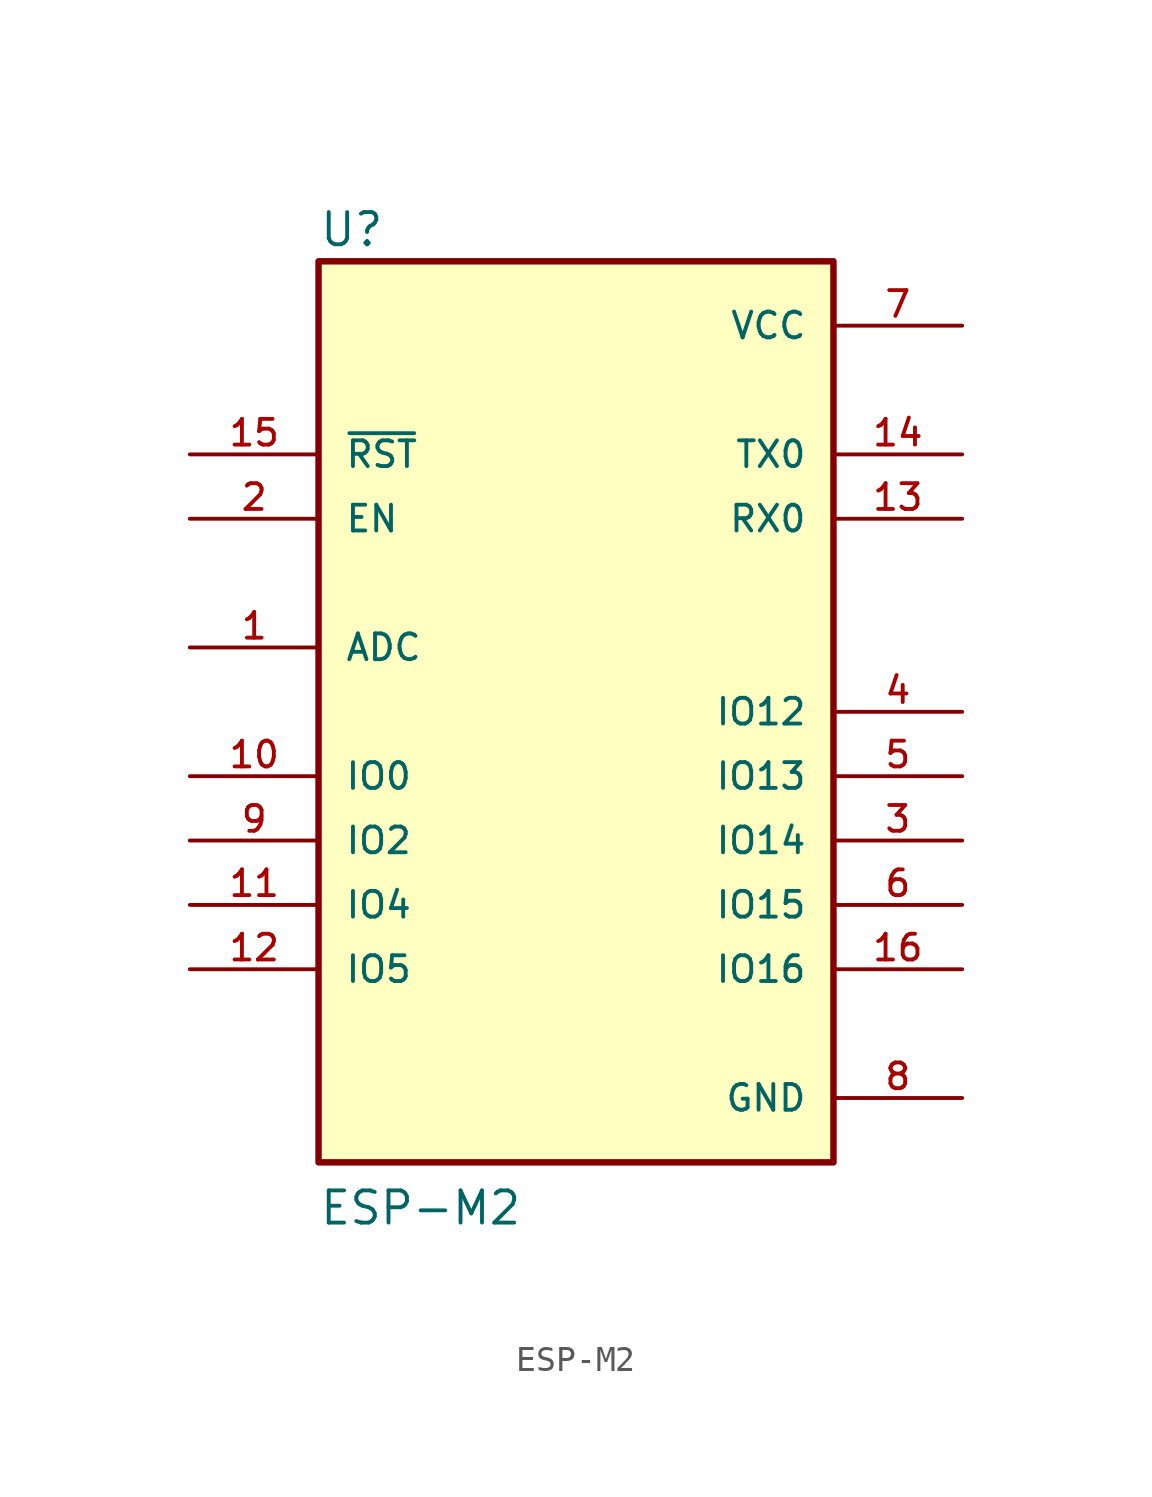
<source format=kicad_sym>
(kicad_symbol_lib
  (version 20211014)
  (generator kicad_symbol_editor)
  (symbol "ESP-M2"
    (pin_names
      (offset 1.016))
    (property "Reference" "U"
      (at -10.16 18.288 0)
      (effects (font (size 1.27 1.27)) (justify bottom left)))
    (property "Value" "ESP-M2"
      (at -10.16 -20.32 0)
      (effects (font (size 1.27 1.27)) (justify bottom left)))
    (symbol "ESP-M2_0_0"
      (rectangle (start -10.16 -17.78) (end 10.16 17.78) (stroke (width 0.254)) (fill (type background)))
      (pin input line (at -15.24 7.62 0) (length 5.08) (name "EN" (effects (font (size 1.016 1.016)))) (number "2" (effects (font (size 1.016 1.016)))))
      (pin bidirectional line (at 15.24 -5.08 180.0) (length 5.08) (name "IO14" (effects (font (size 1.016 1.016)))) (number "3" (effects (font (size 1.016 1.016)))))
      (pin bidirectional line (at 15.24 -2.54 180.0) (length 5.08) (name "IO13" (effects (font (size 1.016 1.016)))) (number "5" (effects (font (size 1.016 1.016)))))
      (pin power_in line (at 15.24 15.24 180.0) (length 5.08) (name "VCC" (effects (font (size 1.016 1.016)))) (number "7" (effects (font (size 1.016 1.016)))))
      (pin bidirectional line (at -15.24 2.54 0) (length 5.08) (name "ADC" (effects (font (size 1.016 1.016)))) (number "1" (effects (font (size 1.016 1.016)))))
      (pin bidirectional line (at 15.24 0.0 180.0) (length 5.08) (name "IO12" (effects (font (size 1.016 1.016)))) (number "4" (effects (font (size 1.016 1.016)))))
      (pin bidirectional line (at 15.24 -7.62 180.0) (length 5.08) (name "IO15" (effects (font (size 1.016 1.016)))) (number "6" (effects (font (size 1.016 1.016)))))
      (pin power_in line (at 15.24 -15.24 180.0) (length 5.08) (name "GND" (effects (font (size 1.016 1.016)))) (number "8" (effects (font (size 1.016 1.016)))))
      (pin bidirectional line (at -15.24 -2.54 0) (length 5.08) (name "IO0" (effects (font (size 1.016 1.016)))) (number "10" (effects (font (size 1.016 1.016)))))
      (pin bidirectional line (at -15.24 -7.62 0) (length 5.08) (name "IO4" (effects (font (size 1.016 1.016)))) (number "11" (effects (font (size 1.016 1.016)))))
      (pin bidirectional line (at -15.24 -10.16 0) (length 5.08) (name "IO5" (effects (font (size 1.016 1.016)))) (number "12" (effects (font (size 1.016 1.016)))))
      (pin bidirectional line (at 15.24 7.62 180.0) (length 5.08) (name "RX0" (effects (font (size 1.016 1.016)))) (number "13" (effects (font (size 1.016 1.016)))))
      (pin bidirectional line (at 15.24 10.16 180.0) (length 5.08) (name "TX0" (effects (font (size 1.016 1.016)))) (number "14" (effects (font (size 1.016 1.016)))))
      (pin input line (at -15.24 10.16 0) (length 5.08) (name "~{RST}" (effects (font (size 1.016 1.016)))) (number "15" (effects (font (size 1.016 1.016)))))
      (pin bidirectional line (at -15.24 -5.08 0) (length 5.08) (name "IO2" (effects (font (size 1.016 1.016)))) (number "9" (effects (font (size 1.016 1.016)))))
      (pin bidirectional line (at 15.24 -10.16 180.0) (length 5.08) (name "IO16" (effects (font (size 1.016 1.016)))) (number "16" (effects (font (size 1.016 1.016))))))))
</source>
